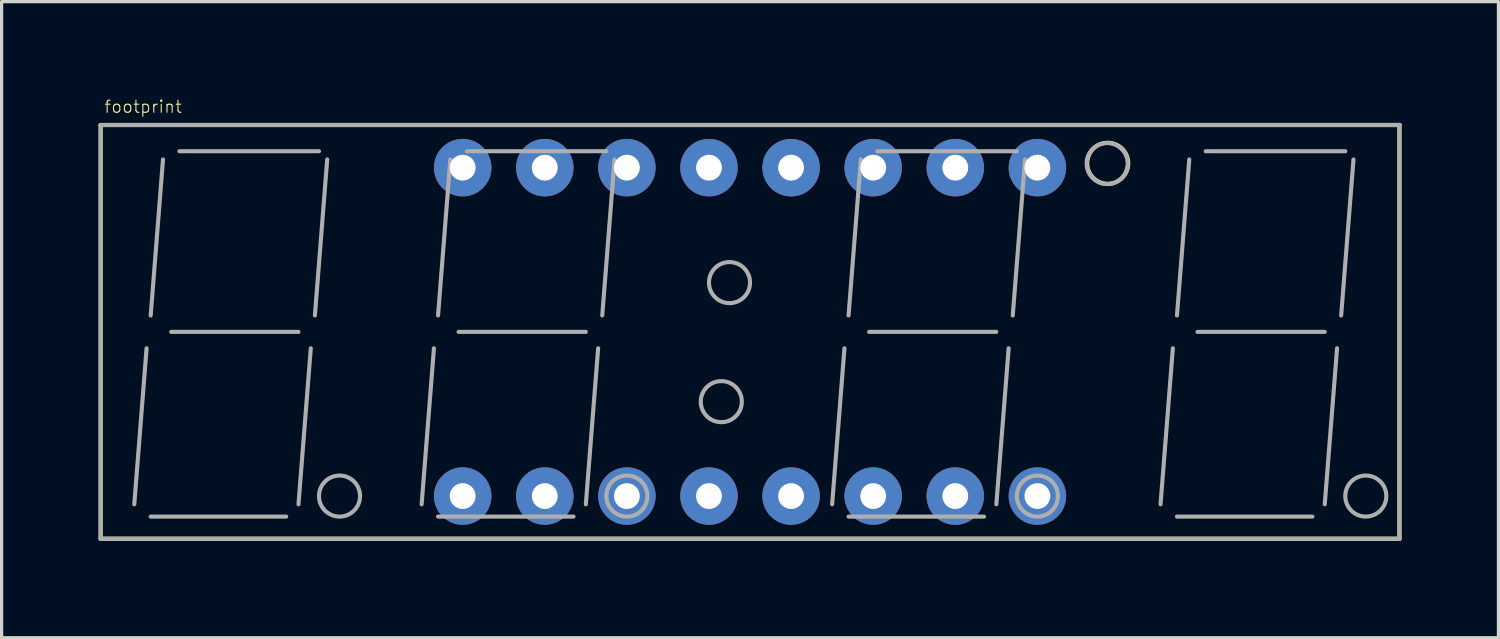
<source format=kicad_pcb>
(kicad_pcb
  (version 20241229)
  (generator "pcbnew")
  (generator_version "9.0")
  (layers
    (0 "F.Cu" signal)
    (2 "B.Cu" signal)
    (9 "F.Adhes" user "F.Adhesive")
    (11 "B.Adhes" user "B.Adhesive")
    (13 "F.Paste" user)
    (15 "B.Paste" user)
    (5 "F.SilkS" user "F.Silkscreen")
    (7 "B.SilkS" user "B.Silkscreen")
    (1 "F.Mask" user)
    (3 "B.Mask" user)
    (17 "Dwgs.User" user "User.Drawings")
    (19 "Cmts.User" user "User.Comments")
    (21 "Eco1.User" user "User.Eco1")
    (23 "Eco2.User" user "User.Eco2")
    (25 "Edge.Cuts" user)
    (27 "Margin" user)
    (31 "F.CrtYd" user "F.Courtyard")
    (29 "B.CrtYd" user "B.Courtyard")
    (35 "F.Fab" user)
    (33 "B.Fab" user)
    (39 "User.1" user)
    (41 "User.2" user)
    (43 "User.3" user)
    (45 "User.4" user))
  (footprint "footprint"
    (layer "F.Cu")
    (at 20.154 7.217)
    (property "Reference" "footprint" (at -20 -6.746 0) (layer "F.SilkS") (effects (font (size 0.374 0.374) (thickness 0.033)) (justify left bottom)))
    (fp_line (start -20.09 -6.4) (end -20.09 6.4) (stroke (width 0.127) (type solid)) (layer "F.SilkS"))
    (fp_line (start -20.09 -6.4) (end 20.09 -6.4) (stroke (width 0.127) (type solid)) (layer "F.SilkS"))
    (fp_line (start -20.09 6.4) (end 20.09 6.4) (stroke (width 0.127) (type solid)) (layer "F.SilkS"))
    (fp_line (start 20.09 -6.4) (end 20.09 6.4) (stroke (width 0.127) (type solid)) (layer "F.SilkS"))
    (fp_circle (center 11.065 -5.215) (end 11.7 -5.215) (stroke (width 0.127) (type solid)) (fill no) (layer "F.SilkS"))
    (fp_line (start -20.09 -6.4) (end -20.09 6.4) (stroke (width 0.127) (type solid)) (layer "F.Fab"))
    (fp_line (start -20.09 -6.4) (end 20.09 -6.4) (stroke (width 0.127) (type solid)) (layer "F.Fab"))
    (fp_line (start -20.09 6.4) (end 20.09 6.4) (stroke (width 0.127) (type solid)) (layer "F.Fab"))
    (fp_line (start -18.669 0.508) (end -19.05 5.334) (stroke (width 0.127) (type solid)) (layer "F.Fab"))
    (fp_line (start -18.542 5.715) (end -14.351 5.715) (stroke (width 0.127) (type solid)) (layer "F.Fab"))
    (fp_line (start -18.161 -5.334) (end -18.542 -0.508) (stroke (width 0.127) (type solid)) (layer "F.Fab"))
    (fp_line (start -17.907 0) (end -13.97 0) (stroke (width 0.127) (type solid)) (layer "F.Fab"))
    (fp_line (start -17.653 -5.588) (end -13.335 -5.588) (stroke (width 0.127) (type solid)) (layer "F.Fab"))
    (fp_line (start -13.589 0.508) (end -13.97 5.334) (stroke (width 0.127) (type solid)) (layer "F.Fab"))
    (fp_line (start -13.081 -5.334) (end -13.462 -0.508) (stroke (width 0.127) (type solid)) (layer "F.Fab"))
    (fp_line (start -9.779 0.508) (end -10.16 5.334) (stroke (width 0.127) (type solid)) (layer "F.Fab"))
    (fp_line (start -9.652 5.715) (end -5.461 5.715) (stroke (width 0.127) (type solid)) (layer "F.Fab"))
    (fp_line (start -9.271 -5.334) (end -9.652 -0.508) (stroke (width 0.127) (type solid)) (layer "F.Fab"))
    (fp_line (start -9.017 0) (end -5.08 0) (stroke (width 0.127) (type solid)) (layer "F.Fab"))
    (fp_line (start -8.763 -5.588) (end -4.445 -5.588) (stroke (width 0.127) (type solid)) (layer "F.Fab"))
    (fp_line (start -4.699 0.508) (end -5.08 5.334) (stroke (width 0.127) (type solid)) (layer "F.Fab"))
    (fp_line (start -4.191 -5.334) (end -4.572 -0.508) (stroke (width 0.127) (type solid)) (layer "F.Fab"))
    (fp_line (start 2.921 0.508) (end 2.54 5.334) (stroke (width 0.127) (type solid)) (layer "F.Fab"))
    (fp_line (start 3.048 5.715) (end 7.239 5.715) (stroke (width 0.127) (type solid)) (layer "F.Fab"))
    (fp_line (start 3.429 -5.334) (end 3.048 -0.508) (stroke (width 0.127) (type solid)) (layer "F.Fab"))
    (fp_line (start 3.683 0) (end 7.62 0) (stroke (width 0.127) (type solid)) (layer "F.Fab"))
    (fp_line (start 3.937 -5.588) (end 8.255 -5.588) (stroke (width 0.127) (type solid)) (layer "F.Fab"))
    (fp_line (start 8.001 0.508) (end 7.62 5.334) (stroke (width 0.127) (type solid)) (layer "F.Fab"))
    (fp_line (start 8.509 -5.334) (end 8.128 -0.508) (stroke (width 0.127) (type solid)) (layer "F.Fab"))
    (fp_line (start 13.081 0.508) (end 12.7 5.334) (stroke (width 0.127) (type solid)) (layer "F.Fab"))
    (fp_line (start 13.208 5.715) (end 17.399 5.715) (stroke (width 0.127) (type solid)) (layer "F.Fab"))
    (fp_line (start 13.589 -5.334) (end 13.208 -0.508) (stroke (width 0.127) (type solid)) (layer "F.Fab"))
    (fp_line (start 13.843 0) (end 17.78 0) (stroke (width 0.127) (type solid)) (layer "F.Fab"))
    (fp_line (start 14.097 -5.588) (end 18.415 -5.588) (stroke (width 0.127) (type solid)) (layer "F.Fab"))
    (fp_line (start 18.161 0.508) (end 17.78 5.334) (stroke (width 0.127) (type solid)) (layer "F.Fab"))
    (fp_line (start 18.669 -5.334) (end 18.288 -0.508) (stroke (width 0.127) (type solid)) (layer "F.Fab"))
    (fp_line (start 20.09 -6.4) (end 20.09 6.4) (stroke (width 0.127) (type solid)) (layer "F.Fab"))
    (fp_circle (center -12.7 5.08) (end -12.065 5.08) (stroke (width 0.127) (type solid)) (fill no) (layer "F.Fab"))
    (fp_circle (center -3.81 5.08) (end -3.175 5.08) (stroke (width 0.127) (type solid)) (fill no) (layer "F.Fab"))
    (fp_circle (center -0.889 2.159) (end -0.254 2.159) (stroke (width 0.127) (type solid)) (fill no) (layer "F.Fab"))
    (fp_circle (center -0.635 -1.524) (end 0 -1.524) (stroke (width 0.127) (type solid)) (fill no) (layer "F.Fab"))
    (fp_circle (center 8.89 5.08) (end 9.525 5.08) (stroke (width 0.127) (type solid)) (fill no) (layer "F.Fab"))
    (fp_circle (center 11.049 -5.207) (end 11.684 -5.207) (stroke (width 0.127) (type solid)) (fill no) (layer "F.Fab"))
    (fp_circle (center 19.05 5.08) (end 19.685 5.08) (stroke (width 0.127) (type solid)) (fill no) (layer "F.Fab"))
    (pad "1" thru_hole circle (at -8.89 5.08) (size 1.778 1.778) (drill 0.8) (layers "*.Cu" "*.Mask"))
    (pad "2" thru_hole circle (at -6.35 5.08) (size 1.778 1.778) (drill 0.8) (layers "*.Cu" "*.Mask"))
    (pad "3" thru_hole circle (at -3.81 5.08) (size 1.778 1.778) (drill 0.8) (layers "*.Cu" "*.Mask"))
    (pad "4" thru_hole circle (at -1.27 5.08) (size 1.778 1.778) (drill 0.8) (layers "*.Cu" "*.Mask"))
    (pad "5" thru_hole circle (at 1.27 5.08) (size 1.778 1.778) (drill 0.8) (layers "*.Cu" "*.Mask"))
    (pad "6" thru_hole circle (at 3.81 5.08) (size 1.778 1.778) (drill 0.8) (layers "*.Cu" "*.Mask"))
    (pad "7" thru_hole circle (at 6.35 5.08) (size 1.778 1.778) (drill 0.8) (layers "*.Cu" "*.Mask"))
    (pad "8" thru_hole circle (at 8.89 5.08) (size 1.778 1.778) (drill 0.8) (layers "*.Cu" "*.Mask"))
    (pad "9" thru_hole circle (at 8.89 -5.08) (size 1.778 1.778) (drill 0.8) (layers "*.Cu" "*.Mask"))
    (pad "10" thru_hole circle (at 6.35 -5.08) (size 1.778 1.778) (drill 0.8) (layers "*.Cu" "*.Mask"))
    (pad "11" thru_hole circle (at 3.81 -5.08) (size 1.778 1.778) (drill 0.8) (layers "*.Cu" "*.Mask"))
    (pad "12" thru_hole circle (at 1.27 -5.08) (size 1.778 1.778) (drill 0.8) (layers "*.Cu" "*.Mask"))
    (pad "13" thru_hole circle (at -1.27 -5.08) (size 1.778 1.778) (drill 0.8) (layers "*.Cu" "*.Mask"))
    (pad "14" thru_hole circle (at -3.81 -5.08) (size 1.778 1.778) (drill 0.8) (layers "*.Cu" "*.Mask"))
    (pad "15" thru_hole circle (at -6.35 -5.08) (size 1.778 1.778) (drill 0.8) (layers "*.Cu" "*.Mask"))
    (pad "16" thru_hole circle (at -8.89 -5.08) (size 1.778 1.778) (drill 0.8) (layers "*.Cu" "*.Mask")))
  (gr_rect
    (start -3 -3)
    (end 43.307 16.681)
    (stroke (width 0.1) (type default))
    (fill no)
    (layer "Edge.Cuts")))
</source>
